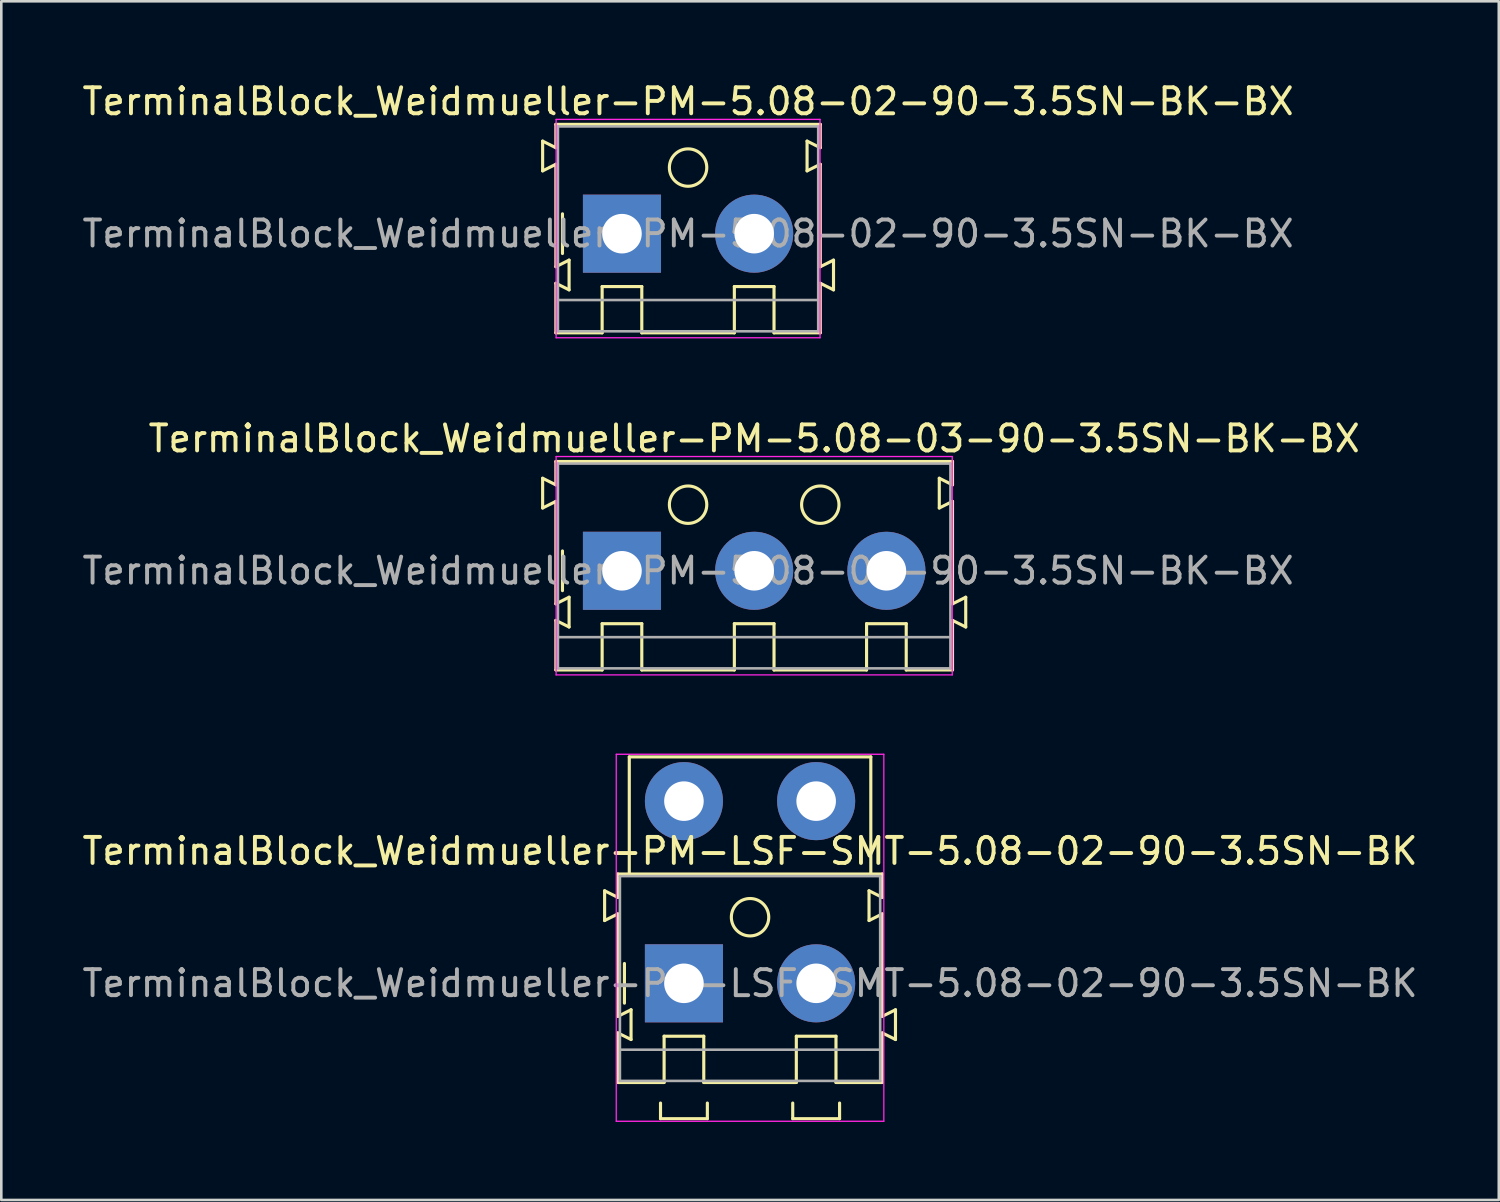
<source format=kicad_pcb>
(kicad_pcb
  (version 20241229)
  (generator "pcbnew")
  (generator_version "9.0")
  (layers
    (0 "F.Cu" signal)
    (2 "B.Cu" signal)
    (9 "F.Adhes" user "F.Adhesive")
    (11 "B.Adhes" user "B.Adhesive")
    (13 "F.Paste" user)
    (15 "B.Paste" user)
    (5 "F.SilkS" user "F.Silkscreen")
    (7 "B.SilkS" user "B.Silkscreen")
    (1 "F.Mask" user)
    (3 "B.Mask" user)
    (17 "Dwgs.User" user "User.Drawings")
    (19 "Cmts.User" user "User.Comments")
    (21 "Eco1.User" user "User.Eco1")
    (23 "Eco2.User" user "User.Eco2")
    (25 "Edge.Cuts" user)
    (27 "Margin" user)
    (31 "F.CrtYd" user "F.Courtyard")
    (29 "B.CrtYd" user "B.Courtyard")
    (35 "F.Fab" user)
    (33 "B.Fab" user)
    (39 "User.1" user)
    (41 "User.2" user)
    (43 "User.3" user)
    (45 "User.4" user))
  (footprint "TerminalBlock_Weidmueller-PM-5.08-02-90-3.5SN-BK-BX"
    (layer "F.Cu")
    (at 20.847 5.928)
    (property "Reference" "TerminalBlock_Weidmueller-PM-5.08-02-90-3.5SN-BK-BX" (at 2.54 -5.08 0) (layer "F.SilkS") (effects (font (size 1 1) (thickness 0.15))))
    (attr through_hole)
    (fp_line (start -3.048 -3.556) (end -3.048 -2.413) (stroke (width 0.12) (type solid)) (layer "F.SilkS"))
    (fp_line (start -3.048 -2.413) (end -2.54 -2.667) (stroke (width 0.12) (type solid)) (layer "F.SilkS"))
    (fp_line (start -2.54 -4.2) (end -2.54 -3.302) (stroke (width 0.12) (type solid)) (layer "F.SilkS"))
    (fp_line (start -2.54 -3.302) (end -3.048 -3.556) (stroke (width 0.12) (type solid)) (layer "F.SilkS"))
    (fp_line (start -2.54 -2.667) (end -2.54 1.27) (stroke (width 0.12) (type solid)) (layer "F.SilkS"))
    (fp_line (start -2.54 1.905) (end -2.54 3.81) (stroke (width 0.12) (type solid)) (layer "F.SilkS"))
    (fp_line (start -2.54 1.905) (end -2.032 2.159) (stroke (width 0.12) (type solid)) (layer "F.SilkS"))
    (fp_line (start -2.54 3.81) (end -0.762 3.81) (stroke (width 0.12) (type solid)) (layer "F.SilkS"))
    (fp_line (start -2.286 -0.762) (end -2.286 0.762) (stroke (width 0.12) (type solid)) (layer "F.SilkS"))
    (fp_line (start -2.032 1.016) (end -2.54 1.27) (stroke (width 0.12) (type solid)) (layer "F.SilkS"))
    (fp_line (start -2.032 2.159) (end -2.032 1.016) (stroke (width 0.12) (type solid)) (layer "F.SilkS"))
    (fp_line (start -0.762 2.032) (end 0.762 2.032) (stroke (width 0.12) (type solid)) (layer "F.SilkS"))
    (fp_line (start -0.762 3.81) (end -0.762 2.032) (stroke (width 0.12) (type solid)) (layer "F.SilkS"))
    (fp_line (start 0.762 2.032) (end 0.762 3.81) (stroke (width 0.12) (type solid)) (layer "F.SilkS"))
    (fp_line (start 0.762 3.81) (end 4.318 3.81) (stroke (width 0.12) (type solid)) (layer "F.SilkS"))
    (fp_line (start 4.318 2.032) (end 5.842 2.032) (stroke (width 0.12) (type solid)) (layer "F.SilkS"))
    (fp_line (start 4.318 3.81) (end 4.318 2.032) (stroke (width 0.12) (type solid)) (layer "F.SilkS"))
    (fp_line (start 5.842 2.032) (end 5.842 3.81) (stroke (width 0.12) (type solid)) (layer "F.SilkS"))
    (fp_line (start 5.842 3.81) (end 7.62 3.81) (stroke (width 0.12) (type solid)) (layer "F.SilkS"))
    (fp_line (start 7.112 -3.556) (end 7.112 -2.413) (stroke (width 0.12) (type solid)) (layer "F.SilkS"))
    (fp_line (start 7.112 -2.413) (end 7.62 -2.667) (stroke (width 0.12) (type solid)) (layer "F.SilkS"))
    (fp_line (start 7.62 -4.2) (end -2.54 -4.2) (stroke (width 0.12) (type solid)) (layer "F.SilkS"))
    (fp_line (start 7.62 -4.2) (end 7.62 -3.302) (stroke (width 0.12) (type solid)) (layer "F.SilkS"))
    (fp_line (start 7.62 -3.302) (end 7.112 -3.556) (stroke (width 0.12) (type solid)) (layer "F.SilkS"))
    (fp_line (start 7.62 -2.667) (end 7.62 1.27) (stroke (width 0.12) (type solid)) (layer "F.SilkS"))
    (fp_line (start 7.62 1.905) (end 7.62 3.81) (stroke (width 0.12) (type solid)) (layer "F.SilkS"))
    (fp_line (start 7.62 1.905) (end 8.128 2.159) (stroke (width 0.12) (type solid)) (layer "F.SilkS"))
    (fp_line (start 8.128 1.016) (end 7.62 1.27) (stroke (width 0.12) (type solid)) (layer "F.SilkS"))
    (fp_line (start 8.128 2.159) (end 8.128 1.016) (stroke (width 0.12) (type solid)) (layer "F.SilkS"))
    (fp_circle (center 2.54 -2.54) (end 3.048 -2.032) (stroke (width 0.12) (type solid)) (fill no) (layer "F.SilkS"))
    (fp_line (start -2.53 -4.39) (end -2.53 4) (stroke (width 0.05) (type solid)) (layer "F.CrtYd"))
    (fp_line (start -2.53 -4.39) (end 7.61 -4.39) (stroke (width 0.05) (type solid)) (layer "F.CrtYd"))
    (fp_line (start 7.61 4) (end -2.53 4) (stroke (width 0.05) (type solid)) (layer "F.CrtYd"))
    (fp_line (start 7.61 4) (end 7.61 -4.39) (stroke (width 0.05) (type solid)) (layer "F.CrtYd"))
    (fp_line (start -2.46 -4.12) (end -2.46 3.75) (stroke (width 0.1) (type solid)) (layer "F.Fab"))
    (fp_line (start -2.46 3.75) (end 7.54 3.75) (stroke (width 0.1) (type solid)) (layer "F.Fab"))
    (fp_line (start -2.41 2.55) (end 7.49 2.55) (stroke (width 0.1) (type solid)) (layer "F.Fab"))
    (fp_line (start 7.54 -4.12) (end -2.46 -4.12) (stroke (width 0.1) (type solid)) (layer "F.Fab"))
    (fp_line (start 7.54 3.75) (end 7.54 -4.12) (stroke (width 0.1) (type solid)) (layer "F.Fab"))
    (fp_text user "${REFERENCE}" (at 2.54 0 0) (layer "F.Fab") (effects (font (size 1 1) (thickness 0.15))))
    (pad "1" thru_hole rect (at 0 0) (size 3 3) (drill 1.52) (layers "*.Cu" "*.Mask"))
    (pad "2" thru_hole circle (at 5.08 0) (size 3 3) (drill 1.52) (layers "*.Cu" "*.Mask")))
  (footprint "TerminalBlock_Weidmueller-PM-5.08-03-90-3.5SN-BK-BX"
    (layer "F.Cu")
    (at 20.847 18.881)
    (property "Reference" "TerminalBlock_Weidmueller-PM-5.08-03-90-3.5SN-BK-BX" (at 5.08 -5.08 0) (layer "F.SilkS") (effects (font (size 1 1) (thickness 0.15))))
    (attr through_hole)
    (fp_line (start -3.048 -3.556) (end -3.048 -2.413) (stroke (width 0.12) (type solid)) (layer "F.SilkS"))
    (fp_line (start -3.048 -2.413) (end -2.54 -2.667) (stroke (width 0.12) (type solid)) (layer "F.SilkS"))
    (fp_line (start -2.54 -4.2) (end -2.54 -3.302) (stroke (width 0.12) (type solid)) (layer "F.SilkS"))
    (fp_line (start -2.54 -3.302) (end -3.048 -3.556) (stroke (width 0.12) (type solid)) (layer "F.SilkS"))
    (fp_line (start -2.54 -2.667) (end -2.54 1.27) (stroke (width 0.12) (type solid)) (layer "F.SilkS"))
    (fp_line (start -2.54 1.905) (end -2.54 3.81) (stroke (width 0.12) (type solid)) (layer "F.SilkS"))
    (fp_line (start -2.54 1.905) (end -2.032 2.159) (stroke (width 0.12) (type solid)) (layer "F.SilkS"))
    (fp_line (start -2.54 3.81) (end -0.762 3.81) (stroke (width 0.12) (type solid)) (layer "F.SilkS"))
    (fp_line (start -2.286 -0.762) (end -2.286 0.762) (stroke (width 0.12) (type solid)) (layer "F.SilkS"))
    (fp_line (start -2.032 1.016) (end -2.54 1.27) (stroke (width 0.12) (type solid)) (layer "F.SilkS"))
    (fp_line (start -2.032 2.159) (end -2.032 1.016) (stroke (width 0.12) (type solid)) (layer "F.SilkS"))
    (fp_line (start -0.762 2.032) (end 0.762 2.032) (stroke (width 0.12) (type solid)) (layer "F.SilkS"))
    (fp_line (start -0.762 3.81) (end -0.762 2.032) (stroke (width 0.12) (type solid)) (layer "F.SilkS"))
    (fp_line (start 0.762 2.032) (end 0.762 3.81) (stroke (width 0.12) (type solid)) (layer "F.SilkS"))
    (fp_line (start 0.762 3.81) (end 4.318 3.81) (stroke (width 0.12) (type solid)) (layer "F.SilkS"))
    (fp_line (start 4.318 2.032) (end 5.842 2.032) (stroke (width 0.12) (type solid)) (layer "F.SilkS"))
    (fp_line (start 4.318 3.81) (end 4.318 2.032) (stroke (width 0.12) (type solid)) (layer "F.SilkS"))
    (fp_line (start 5.842 2.032) (end 5.842 3.81) (stroke (width 0.12) (type solid)) (layer "F.SilkS"))
    (fp_line (start 5.842 3.81) (end 9.398 3.81) (stroke (width 0.12) (type solid)) (layer "F.SilkS"))
    (fp_line (start 9.398 2.032) (end 10.922 2.032) (stroke (width 0.12) (type solid)) (layer "F.SilkS"))
    (fp_line (start 9.398 3.81) (end 9.398 2.032) (stroke (width 0.12) (type solid)) (layer "F.SilkS"))
    (fp_line (start 10.922 2.032) (end 10.922 3.81) (stroke (width 0.12) (type solid)) (layer "F.SilkS"))
    (fp_line (start 10.922 3.81) (end 12.7 3.81) (stroke (width 0.12) (type solid)) (layer "F.SilkS"))
    (fp_line (start 12.192 -3.556) (end 12.192 -2.413) (stroke (width 0.12) (type solid)) (layer "F.SilkS"))
    (fp_line (start 12.192 -2.413) (end 12.7 -2.667) (stroke (width 0.12) (type solid)) (layer "F.SilkS"))
    (fp_line (start 12.7 -4.2) (end -2.54 -4.2) (stroke (width 0.12) (type solid)) (layer "F.SilkS"))
    (fp_line (start 12.7 -4.2) (end 12.7 -3.302) (stroke (width 0.12) (type solid)) (layer "F.SilkS"))
    (fp_line (start 12.7 -3.302) (end 12.192 -3.556) (stroke (width 0.12) (type solid)) (layer "F.SilkS"))
    (fp_line (start 12.7 -2.667) (end 12.7 1.27) (stroke (width 0.12) (type solid)) (layer "F.SilkS"))
    (fp_line (start 12.7 1.905) (end 12.7 3.81) (stroke (width 0.12) (type solid)) (layer "F.SilkS"))
    (fp_line (start 12.7 1.905) (end 13.208 2.159) (stroke (width 0.12) (type solid)) (layer "F.SilkS"))
    (fp_line (start 13.208 1.016) (end 12.7 1.27) (stroke (width 0.12) (type solid)) (layer "F.SilkS"))
    (fp_line (start 13.208 2.159) (end 13.208 1.016) (stroke (width 0.12) (type solid)) (layer "F.SilkS"))
    (fp_circle (center 2.54 -2.54) (end 3.048 -2.032) (stroke (width 0.12) (type solid)) (fill no) (layer "F.SilkS"))
    (fp_circle (center 7.62 -2.54) (end 8.128 -2.032) (stroke (width 0.12) (type solid)) (fill no) (layer "F.SilkS"))
    (fp_line (start -2.53 -4.39) (end -2.53 4) (stroke (width 0.05) (type solid)) (layer "F.CrtYd"))
    (fp_line (start -2.53 -4.39) (end 12.69 -4.39) (stroke (width 0.05) (type solid)) (layer "F.CrtYd"))
    (fp_line (start 12.69 4) (end -2.53 4) (stroke (width 0.05) (type solid)) (layer "F.CrtYd"))
    (fp_line (start 12.69 4) (end 12.69 -4.39) (stroke (width 0.05) (type solid)) (layer "F.CrtYd"))
    (fp_line (start -2.46 -4.12) (end -2.46 3.75) (stroke (width 0.1) (type solid)) (layer "F.Fab"))
    (fp_line (start -2.46 2.55) (end 12.57 2.55) (stroke (width 0.1) (type solid)) (layer "F.Fab"))
    (fp_line (start -2.46 3.75) (end 12.62 3.75) (stroke (width 0.1) (type solid)) (layer "F.Fab"))
    (fp_line (start 12.62 -4.12) (end -2.46 -4.12) (stroke (width 0.1) (type solid)) (layer "F.Fab"))
    (fp_line (start 12.62 3.75) (end 12.62 -4.12) (stroke (width 0.1) (type solid)) (layer "F.Fab"))
    (fp_text user "${REFERENCE}" (at 2.54 0 0) (layer "F.Fab") (effects (font (size 1 1) (thickness 0.15))))
    (pad "1" thru_hole rect (at 0 0) (size 3 3) (drill 1.52) (layers "*.Cu" "*.Mask"))
    (pad "2" thru_hole circle (at 5.08 0) (size 3 3) (drill 1.52) (layers "*.Cu" "*.Mask"))
    (pad "3" thru_hole circle (at 10.16 0) (size 3 3) (drill 1.52) (layers "*.Cu" "*.Mask")))
  (footprint "TerminalBlock_Weidmueller-PM-LSF-SMT-5.08-02-90-3.5SN-BK"
    (layer "F.Cu")
    (at 23.228 34.731)
    (property "Reference" "TerminalBlock_Weidmueller-PM-LSF-SMT-5.08-02-90-3.5SN-BK" (at 2.54 -5.08 0) (layer "F.SilkS") (effects (font (size 1 1) (thickness 0.15))))
    (attr through_hole)
    (fp_line (start -3.048 -3.556) (end -3.048 -2.413) (stroke (width 0.12) (type solid)) (layer "F.SilkS"))
    (fp_line (start -3.048 -2.413) (end -2.54 -2.667) (stroke (width 0.12) (type solid)) (layer "F.SilkS"))
    (fp_line (start -2.54 -4.2) (end -2.54 -3.302) (stroke (width 0.12) (type solid)) (layer "F.SilkS"))
    (fp_line (start -2.54 -3.302) (end -3.048 -3.556) (stroke (width 0.12) (type solid)) (layer "F.SilkS"))
    (fp_line (start -2.54 -2.667) (end -2.54 1.27) (stroke (width 0.12) (type solid)) (layer "F.SilkS"))
    (fp_line (start -2.54 1.905) (end -2.54 3.81) (stroke (width 0.12) (type solid)) (layer "F.SilkS"))
    (fp_line (start -2.54 1.905) (end -2.032 2.159) (stroke (width 0.12) (type solid)) (layer "F.SilkS"))
    (fp_line (start -2.54 3.81) (end -0.762 3.81) (stroke (width 0.12) (type solid)) (layer "F.SilkS"))
    (fp_line (start -2.286 -0.762) (end -2.286 0.762) (stroke (width 0.12) (type solid)) (layer "F.SilkS"))
    (fp_line (start -2.1 -8.7) (end 7.18 -8.7) (stroke (width 0.12) (type default)) (layer "F.SilkS"))
    (fp_line (start -2.1 -8.7) (end -2.1 -4.2) (stroke (width 0.12) (type default)) (layer "F.SilkS"))
    (fp_line (start -2.032 1.016) (end -2.54 1.27) (stroke (width 0.12) (type solid)) (layer "F.SilkS"))
    (fp_line (start -2.032 2.159) (end -2.032 1.016) (stroke (width 0.12) (type solid)) (layer "F.SilkS"))
    (fp_line (start -0.9 5.2) (end -0.9 4.6) (stroke (width 0.12) (type default)) (layer "F.SilkS"))
    (fp_line (start -0.9 5.2) (end 0.9 5.2) (stroke (width 0.12) (type default)) (layer "F.SilkS"))
    (fp_line (start -0.762 2.032) (end 0.762 2.032) (stroke (width 0.12) (type solid)) (layer "F.SilkS"))
    (fp_line (start -0.762 3.81) (end -0.762 2.032) (stroke (width 0.12) (type solid)) (layer "F.SilkS"))
    (fp_line (start 0.762 2.032) (end 0.762 3.81) (stroke (width 0.12) (type solid)) (layer "F.SilkS"))
    (fp_line (start 0.762 3.81) (end 4.318 3.81) (stroke (width 0.12) (type solid)) (layer "F.SilkS"))
    (fp_line (start 0.9 5.2) (end 0.9 4.6) (stroke (width 0.12) (type default)) (layer "F.SilkS"))
    (fp_line (start 4.18 5.2) (end 4.18 4.6) (stroke (width 0.12) (type default)) (layer "F.SilkS"))
    (fp_line (start 4.18 5.2) (end 5.98 5.2) (stroke (width 0.12) (type default)) (layer "F.SilkS"))
    (fp_line (start 4.318 2.032) (end 5.842 2.032) (stroke (width 0.12) (type solid)) (layer "F.SilkS"))
    (fp_line (start 4.318 3.81) (end 4.318 2.032) (stroke (width 0.12) (type solid)) (layer "F.SilkS"))
    (fp_line (start 5.842 2.032) (end 5.842 3.81) (stroke (width 0.12) (type solid)) (layer "F.SilkS"))
    (fp_line (start 5.842 3.81) (end 7.62 3.81) (stroke (width 0.12) (type solid)) (layer "F.SilkS"))
    (fp_line (start 5.98 5.2) (end 5.98 4.6) (stroke (width 0.12) (type default)) (layer "F.SilkS"))
    (fp_line (start 7.112 -3.556) (end 7.112 -2.413) (stroke (width 0.12) (type solid)) (layer "F.SilkS"))
    (fp_line (start 7.112 -2.413) (end 7.62 -2.667) (stroke (width 0.12) (type solid)) (layer "F.SilkS"))
    (fp_line (start 7.18 -8.7) (end 7.18 -4.2) (stroke (width 0.12) (type default)) (layer "F.SilkS"))
    (fp_line (start 7.62 -4.2) (end -2.54 -4.2) (stroke (width 0.12) (type solid)) (layer "F.SilkS"))
    (fp_line (start 7.62 -4.2) (end 7.62 -3.302) (stroke (width 0.12) (type solid)) (layer "F.SilkS"))
    (fp_line (start 7.62 -3.302) (end 7.112 -3.556) (stroke (width 0.12) (type solid)) (layer "F.SilkS"))
    (fp_line (start 7.62 -2.667) (end 7.62 1.27) (stroke (width 0.12) (type solid)) (layer "F.SilkS"))
    (fp_line (start 7.62 1.905) (end 7.62 3.81) (stroke (width 0.12) (type solid)) (layer "F.SilkS"))
    (fp_line (start 7.62 1.905) (end 8.128 2.159) (stroke (width 0.12) (type solid)) (layer "F.SilkS"))
    (fp_line (start 8.128 1.016) (end 7.62 1.27) (stroke (width 0.12) (type solid)) (layer "F.SilkS"))
    (fp_line (start 8.128 2.159) (end 8.128 1.016) (stroke (width 0.12) (type solid)) (layer "F.SilkS"))
    (fp_circle (center 2.54 -2.54) (end 3.048 -2.032) (stroke (width 0.12) (type solid)) (fill no) (layer "F.SilkS"))
    (fp_line (start -2.6 -8.8) (end -2.6 5.3) (stroke (width 0.05) (type solid)) (layer "F.CrtYd"))
    (fp_line (start -2.6 -8.8) (end 7.68 -8.8) (stroke (width 0.05) (type solid)) (layer "F.CrtYd"))
    (fp_line (start 7.68 5.3) (end -2.6 5.3) (stroke (width 0.05) (type solid)) (layer "F.CrtYd"))
    (fp_line (start 7.68 5.3) (end 7.68 -8.8) (stroke (width 0.05) (type solid)) (layer "F.CrtYd"))
    (fp_line (start -2.46 -4.12) (end -2.46 3.75) (stroke (width 0.1) (type solid)) (layer "F.Fab"))
    (fp_line (start -2.46 3.75) (end 7.54 3.75) (stroke (width 0.1) (type solid)) (layer "F.Fab"))
    (fp_line (start -2.41 2.55) (end 7.49 2.55) (stroke (width 0.1) (type solid)) (layer "F.Fab"))
    (fp_line (start 7.54 -4.12) (end -2.46 -4.12) (stroke (width 0.1) (type solid)) (layer "F.Fab"))
    (fp_line (start 7.54 3.75) (end 7.54 -4.12) (stroke (width 0.1) (type solid)) (layer "F.Fab"))
    (fp_text user "${REFERENCE}" (at 2.54 0 0) (layer "F.Fab") (effects (font (size 1 1) (thickness 0.15))))
    (pad "1" thru_hole circle (at 0 -7) (size 3 3) (drill 1.52) (layers "*.Cu" "*.Mask"))
    (pad "1" thru_hole rect (at 0 0) (size 3 3) (drill 1.52) (layers "*.Cu" "*.Mask"))
    (pad "2" thru_hole circle (at 5.08 -7) (size 3 3) (drill 1.52) (layers "*.Cu" "*.Mask"))
    (pad "2" thru_hole circle (at 5.08 0) (size 3 3) (drill 1.52) (layers "*.Cu" "*.Mask")))
  (gr_rect
    (start -3 -3)
    (end 54.536 43.056)
    (stroke (width 0.1) (type default))
    (fill no)
    (layer "Edge.Cuts")))
</source>
